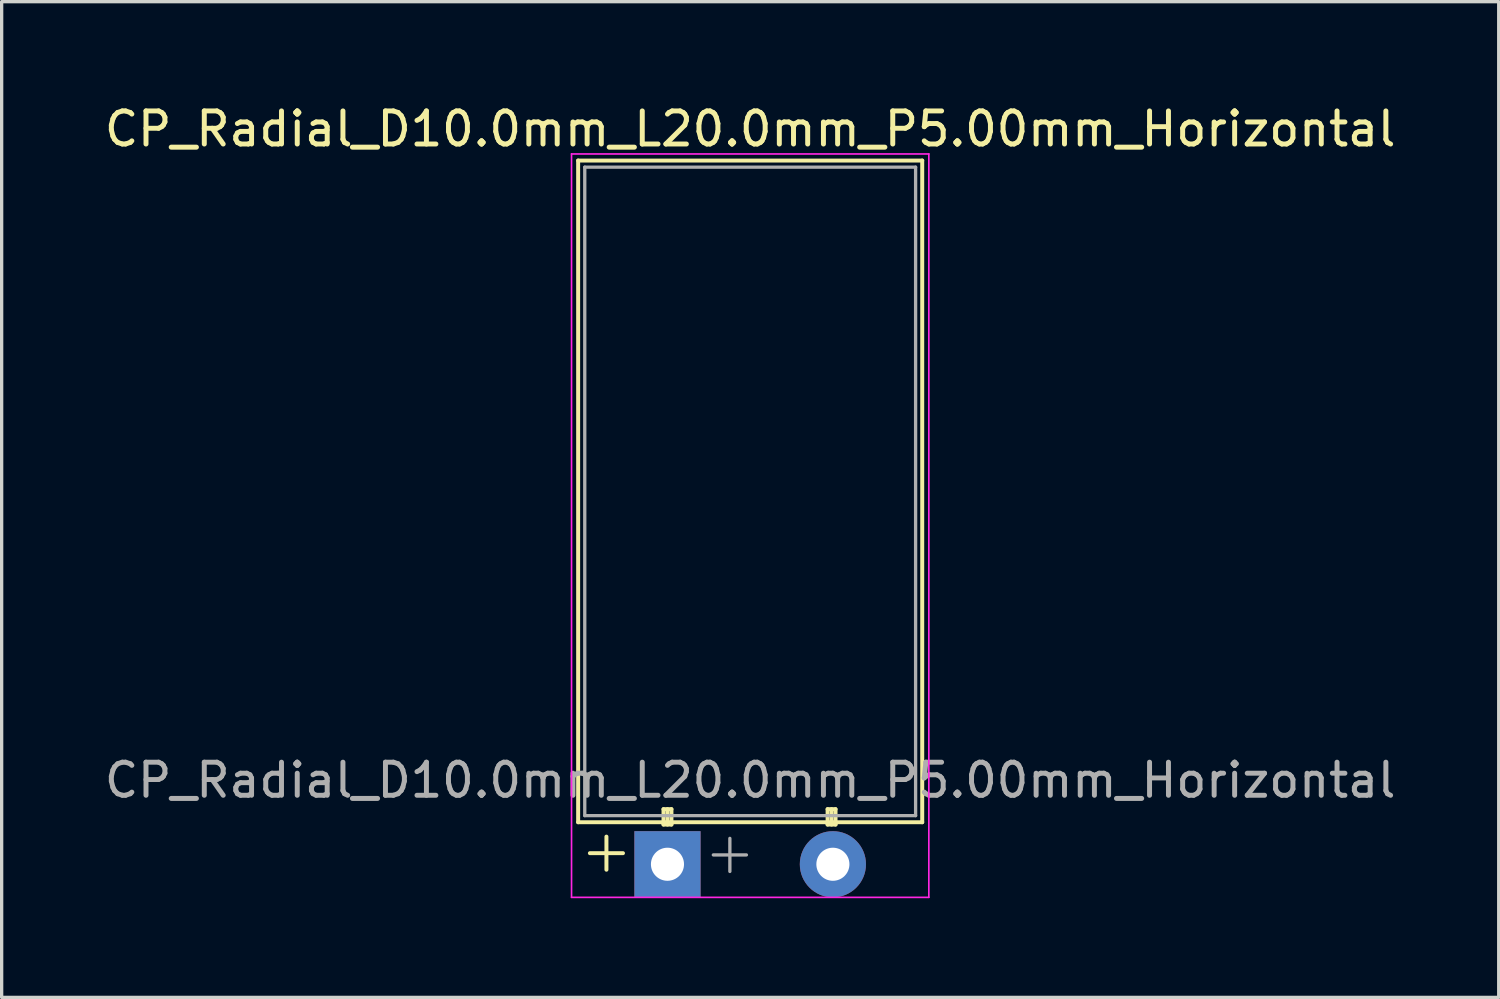
<source format=kicad_pcb>
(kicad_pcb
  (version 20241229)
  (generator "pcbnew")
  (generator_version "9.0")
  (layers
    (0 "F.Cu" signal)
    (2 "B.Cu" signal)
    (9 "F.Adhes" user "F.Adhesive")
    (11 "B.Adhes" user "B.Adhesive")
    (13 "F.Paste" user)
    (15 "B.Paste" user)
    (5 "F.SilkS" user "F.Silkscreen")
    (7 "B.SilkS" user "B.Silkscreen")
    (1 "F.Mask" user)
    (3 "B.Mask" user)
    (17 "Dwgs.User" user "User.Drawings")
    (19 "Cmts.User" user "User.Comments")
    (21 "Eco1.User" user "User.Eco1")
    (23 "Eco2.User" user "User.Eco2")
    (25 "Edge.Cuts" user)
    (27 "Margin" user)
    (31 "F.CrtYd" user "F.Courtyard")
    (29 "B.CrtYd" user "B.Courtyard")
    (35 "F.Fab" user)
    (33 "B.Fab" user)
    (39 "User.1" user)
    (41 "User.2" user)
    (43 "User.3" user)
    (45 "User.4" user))
  (footprint "CP_Radial_D10.0mm_L20.0mm_P5.00mm_Horizontal"
    (layer "F.Cu")
    (at 17.125 23.073)
    (property "Reference" "CP_Radial_D10.0mm_L20.0mm_P5.00mm_Horizontal" (at 2.5 -22.225 0) (layer "F.SilkS") (effects (font (size 1 1) (thickness 0.15))))
    (attr through_hole)
    (fp_line (start -2.7 -21.27) (end 7.7 -21.27) (stroke (width 0.12) (type solid)) (layer "F.SilkS"))
    (fp_line (start -2.7 -1.27) (end -2.7 -21.27) (stroke (width 0.12) (type solid)) (layer "F.SilkS"))
    (fp_line (start -2.7 -1.27) (end 7.7 -1.27) (stroke (width 0.12) (type solid)) (layer "F.SilkS"))
    (fp_line (start -2.345 -0.335) (end -1.345 -0.335) (stroke (width 0.12) (type solid)) (layer "F.SilkS"))
    (fp_line (start -1.845 -0.835) (end -1.845 0.165) (stroke (width 0.12) (type solid)) (layer "F.SilkS"))
    (fp_line (start -0.12 -1.665) (end -0.12 -1.2) (stroke (width 0.12) (type solid)) (layer "F.SilkS"))
    (fp_line (start -0.12 -1.665) (end 0.12 -1.665) (stroke (width 0.12) (type solid)) (layer "F.SilkS"))
    (fp_line (start -0.12 -1.2) (end 0.12 -1.2) (stroke (width 0.12) (type solid)) (layer "F.SilkS"))
    (fp_line (start 0 -1.665) (end 0 -1.2) (stroke (width 0.12) (type solid)) (layer "F.SilkS"))
    (fp_line (start 0.12 -1.665) (end 0.12 -1.2) (stroke (width 0.12) (type solid)) (layer "F.SilkS"))
    (fp_line (start 4.84 -1.665) (end 4.84 -1.2) (stroke (width 0.12) (type solid)) (layer "F.SilkS"))
    (fp_line (start 4.84 -1.665) (end 5.08 -1.665) (stroke (width 0.12) (type solid)) (layer "F.SilkS"))
    (fp_line (start 4.84 -1.2) (end 5.08 -1.2) (stroke (width 0.12) (type solid)) (layer "F.SilkS"))
    (fp_line (start 4.96 -1.665) (end 4.96 -1.2) (stroke (width 0.12) (type solid)) (layer "F.SilkS"))
    (fp_line (start 5.08 -1.665) (end 5.08 -1.2) (stroke (width 0.12) (type solid)) (layer "F.SilkS"))
    (fp_line (start 7.7 -21.27) (end 7.7 -1.27) (stroke (width 0.12) (type solid)) (layer "F.SilkS"))
    (fp_line (start -2.9 -21.47) (end -2.9 1) (stroke (width 0.05) (type solid)) (layer "F.CrtYd"))
    (fp_line (start -2.9 -21.47) (end 7.9 -21.47) (stroke (width 0.05) (type solid)) (layer "F.CrtYd"))
    (fp_line (start -2.9 1) (end 7.9 1) (stroke (width 0.05) (type solid)) (layer "F.CrtYd"))
    (fp_line (start 7.9 1) (end 7.9 -21.47) (stroke (width 0.05) (type solid)) (layer "F.CrtYd"))
    (fp_line (start -2.5 -21.07) (end -2.5 -1.47) (stroke (width 0.1) (type solid)) (layer "F.Fab"))
    (fp_line (start -2.5 -21.07) (end 7.5 -21.07) (stroke (width 0.1) (type solid)) (layer "F.Fab"))
    (fp_line (start -2.5 -1.47) (end 7.5 -1.47) (stroke (width 0.1) (type solid)) (layer "F.Fab"))
    (fp_line (start 1.386 -0.282) (end 2.386 -0.282) (stroke (width 0.1) (type solid)) (layer "F.Fab"))
    (fp_line (start 1.886 -0.782) (end 1.886 0.217) (stroke (width 0.1) (type solid)) (layer "F.Fab"))
    (fp_line (start 7.5 -1.47) (end 7.5 -21.07) (stroke (width 0.1) (type solid)) (layer "F.Fab"))
    (fp_text user "${REFERENCE}" (at 2.5 -2.54 0) (layer "F.Fab") (effects (font (size 1 1) (thickness 0.15))))
    (pad "1" thru_hole rect (at 0 0) (size 2 2) (drill 1) (layers "*.Cu" "*.Mask"))
    (pad "2" thru_hole circle (at 5 0) (size 2 2) (drill 1) (layers "*.Cu" "*.Mask")))
  (gr_rect
    (start -3 -3)
    (end 42.25 27.098)
    (stroke (width 0.1) (type default))
    (fill no)
    (layer "Edge.Cuts")))
</source>
